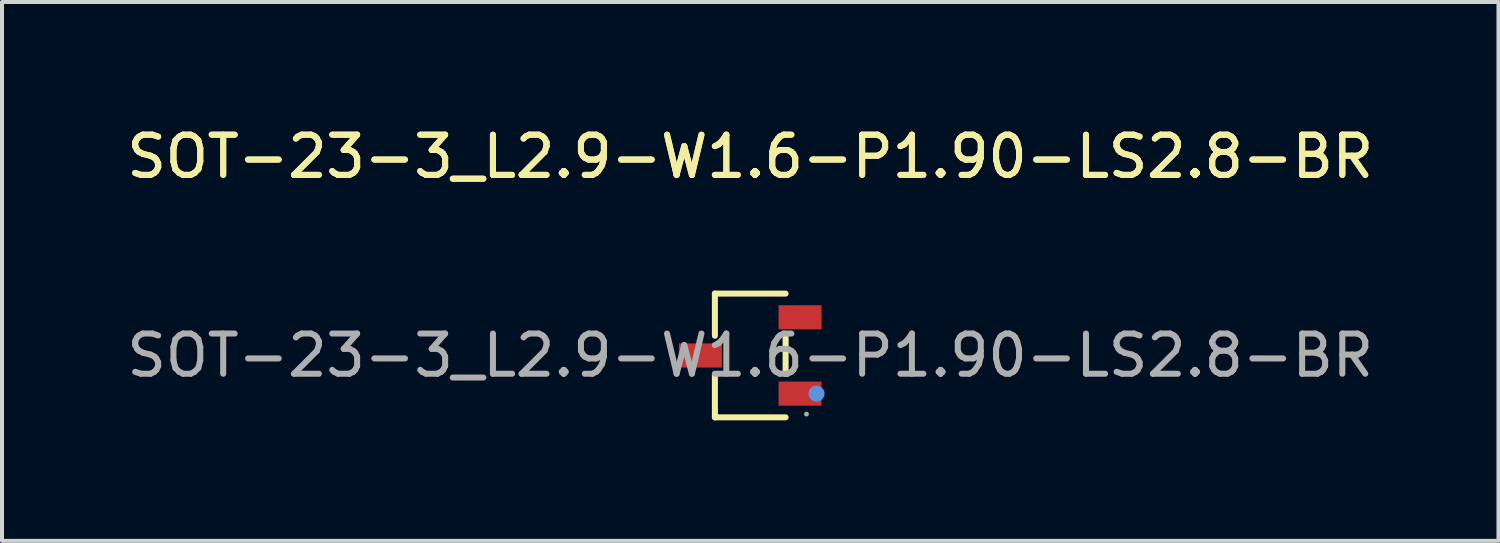
<source format=kicad_pcb>
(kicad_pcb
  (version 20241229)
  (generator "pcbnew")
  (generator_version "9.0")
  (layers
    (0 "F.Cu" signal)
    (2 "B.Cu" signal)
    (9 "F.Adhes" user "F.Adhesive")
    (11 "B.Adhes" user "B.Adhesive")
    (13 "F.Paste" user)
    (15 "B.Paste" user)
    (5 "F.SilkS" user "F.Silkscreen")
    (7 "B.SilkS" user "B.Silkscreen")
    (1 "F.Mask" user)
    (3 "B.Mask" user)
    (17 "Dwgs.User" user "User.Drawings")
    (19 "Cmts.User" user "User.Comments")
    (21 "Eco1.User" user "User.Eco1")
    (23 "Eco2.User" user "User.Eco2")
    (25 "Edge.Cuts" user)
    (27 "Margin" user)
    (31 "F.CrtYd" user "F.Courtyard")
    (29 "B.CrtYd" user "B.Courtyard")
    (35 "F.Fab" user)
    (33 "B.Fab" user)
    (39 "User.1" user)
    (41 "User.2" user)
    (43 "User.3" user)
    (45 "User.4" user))
  (footprint "SOT-23-3_L2.9-W1.6-P1.90-LS2.8-BR"
    (layer "F.Cu")
    (at 15.625 5.798)
    (property "Reference" "SOT-23-3_L2.9-W1.6-P1.90-LS2.8-BR" (at 0 -4.95 0) (layer "F.SilkS") (effects (font (size 1 1) (thickness 0.15))))
    (attr smd)
    (fp_line (start -0.88 -1.54) (end -0.88 -0.49) (stroke (width 0.15) (type solid)) (layer "F.SilkS"))
    (fp_line (start -0.88 1.54) (end -0.88 0.49) (stroke (width 0.15) (type solid)) (layer "F.SilkS"))
    (fp_line (start 0.88 -1.54) (end -0.88 -1.54) (stroke (width 0.15) (type solid)) (layer "F.SilkS"))
    (fp_line (start 0.88 -0.46) (end 0.88 0.46) (stroke (width 0.15) (type solid)) (layer "F.SilkS"))
    (fp_line (start 0.88 1.54) (end -0.88 1.54) (stroke (width 0.15) (type solid)) (layer "F.SilkS"))
    (fp_circle (center 1.65 0.95) (end 1.75 0.95) (stroke (width 0.2) (type solid)) (fill no) (layer "Cmts.User"))
    (fp_circle (center 1.4 1.46) (end 1.43 1.46) (stroke (width 0.06) (type solid)) (fill no) (layer "F.Fab"))
    (fp_text user "${REFERENCE}" (at 0 -4.95 0) (layer "F.SilkS") (effects (font (size 1 1) (thickness 0.15))))
    (fp_text user "${REFERENCE}" (at 0 0 0) (layer "F.Fab") (effects (font (size 1 1) (thickness 0.15))))
    (pad "1" smd rect (at 1.24 0.95) (size 1.07 0.6) (layers "F.Cu" "F.Mask" "F.Paste"))
    (pad "2" smd rect (at 1.24 -0.95) (size 1.07 0.6) (layers "F.Cu" "F.Mask" "F.Paste"))
    (pad "3" smd rect (at -1.24 0) (size 1.07 0.6) (layers "F.Cu" "F.Mask" "F.Paste")))
  (gr_rect
    (start -3 -3)
    (end 34.25 10.413)
    (stroke (width 0.1) (type default))
    (fill no)
    (layer "Edge.Cuts")))
</source>
